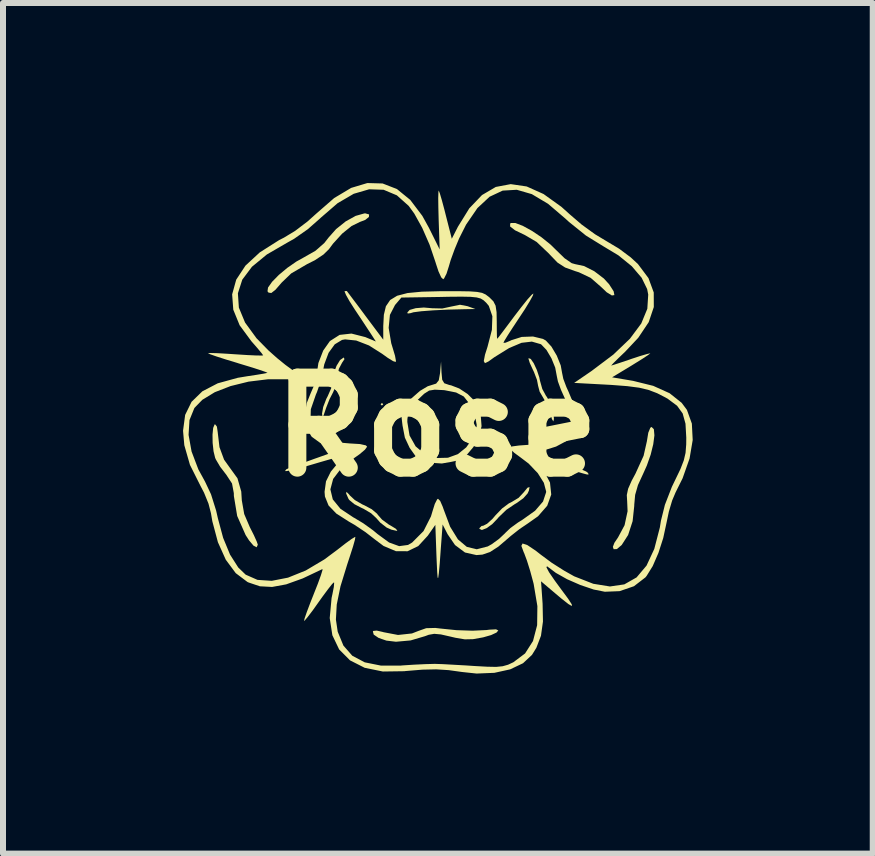
<source format=kicad_pcb>
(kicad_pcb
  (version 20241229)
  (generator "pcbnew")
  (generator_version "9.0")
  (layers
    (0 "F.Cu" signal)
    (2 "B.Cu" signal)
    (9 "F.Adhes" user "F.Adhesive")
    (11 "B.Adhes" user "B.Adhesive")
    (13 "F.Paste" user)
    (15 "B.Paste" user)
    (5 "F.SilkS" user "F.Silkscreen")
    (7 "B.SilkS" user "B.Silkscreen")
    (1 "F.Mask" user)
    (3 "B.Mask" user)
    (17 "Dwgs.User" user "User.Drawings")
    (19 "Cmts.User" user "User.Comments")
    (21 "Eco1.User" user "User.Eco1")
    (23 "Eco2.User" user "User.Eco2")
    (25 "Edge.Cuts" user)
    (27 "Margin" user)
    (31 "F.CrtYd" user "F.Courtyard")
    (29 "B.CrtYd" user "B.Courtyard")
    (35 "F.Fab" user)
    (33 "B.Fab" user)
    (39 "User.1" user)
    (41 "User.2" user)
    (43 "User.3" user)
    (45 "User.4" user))
  (footprint "Rose"
    (layer "F.Cu")
    (at 4.226 4.064)
    (property "Reference" "Rose" (at 0 0 0) (layer "F.SilkS") (effects (font (size 1.5 1.5) (thickness 0.3))))
    (attr board_only exclude_from_pos_files exclude_from_bom)
    (fp_poly (pts (xy -0.89 -0.378) (xy -0.912 -0.356) (xy -0.934 -0.378) (xy -0.912 -0.4)) (stroke (width 0) (type solid)) (fill yes) (layer "F.SilkS"))
    (fp_poly (pts (xy 0.515 -2.012) (xy 0.645 -1.965) (xy 0.467 -1.962) (xy 0.187 -1.955) (xy -0.058 -1.943) (xy -0.254 -1.928) (xy -0.386 -1.911) (xy -0.436 -1.896) (xy -0.483 -1.89) (xy -0.489 -1.907) (xy -0.45 -1.95) (xy -0.349 -1.979) (xy -0.215 -1.99) (xy -0.075 -1.978) (xy -0.074 -1.978) (xy 0.094 -1.974) (xy 0.233 -2.004) (xy 0.389 -2.036)) (stroke (width 0) (type solid)) (fill yes) (layer "F.SilkS"))
    (fp_poly (pts (xy -1.536 -1.13) (xy -1.575 -1.072) (xy -1.63 -0.968) (xy -1.654 -0.839) (xy -1.677 -0.697) (xy -1.725 -0.579) (xy -1.785 -0.463) (xy -1.842 -0.318) (xy -1.851 -0.29) (xy -1.885 -0.19) (xy -1.904 -0.171) (xy -1.91 -0.223) (xy -1.891 -0.332) (xy -1.839 -0.468) (xy -1.816 -0.512) (xy -1.758 -0.644) (xy -1.728 -0.762) (xy -1.727 -0.792) (xy -1.713 -0.9) (xy -1.669 -1.018) (xy -1.61 -1.114) (xy -1.552 -1.156) (xy -1.549 -1.157)) (stroke (width 0) (type solid)) (fill yes) (layer "F.SilkS"))
    (fp_poly (pts (xy 1.537 1.06) (xy 1.515 1.108) (xy 1.444 1.188) (xy 1.331 1.269) (xy 1.3 1.287) (xy 1.161 1.381) (xy 1.033 1.504) (xy 1.015 1.526) (xy 0.925 1.62) (xy 0.831 1.687) (xy 0.753 1.717) (xy 0.713 1.698) (xy 0.712 1.686) (xy 0.748 1.65) (xy 0.776 1.646) (xy 0.84 1.613) (xy 0.93 1.531) (xy 0.982 1.47) (xy 1.091 1.357) (xy 1.204 1.273) (xy 1.248 1.251) (xy 1.365 1.181) (xy 1.448 1.092) (xy 1.514 1.012) (xy 1.548 1.002)) (stroke (width 0) (type solid)) (fill yes) (layer "F.SilkS"))
    (fp_poly (pts (xy 1.568 -1.133) (xy 1.618 -1.06) (xy 1.669 -0.95) (xy 1.709 -0.829) (xy 1.721 -0.772) (xy 1.76 -0.633) (xy 1.822 -0.518) (xy 1.831 -0.507) (xy 1.897 -0.398) (xy 1.941 -0.26) (xy 1.943 -0.251) (xy 1.954 -0.133) (xy 1.944 -0.092) (xy 1.92 -0.132) (xy 1.896 -0.226) (xy 1.847 -0.364) (xy 1.78 -0.477) (xy 1.716 -0.587) (xy 1.69 -0.686) (xy 1.671 -0.785) (xy 1.621 -0.916) (xy 1.602 -0.955) (xy 1.552 -1.064) (xy 1.53 -1.135) (xy 1.532 -1.146)) (stroke (width 0) (type solid)) (fill yes) (layer "F.SilkS"))
    (fp_poly (pts (xy -1.462 1.121) (xy -1.447 1.141) (xy -1.364 1.218) (xy -1.24 1.29) (xy -1.204 1.306) (xy -1.082 1.371) (xy -0.993 1.446) (xy -0.979 1.466) (xy -0.91 1.544) (xy -0.798 1.626) (xy -0.766 1.644) (xy -0.681 1.696) (xy -0.655 1.727) (xy -0.667 1.731) (xy -0.756 1.711) (xy -0.834 1.676) (xy -0.94 1.594) (xy -1.005 1.52) (xy -1.092 1.439) (xy -1.218 1.364) (xy -1.251 1.349) (xy -1.371 1.287) (xy -1.456 1.217) (xy -1.469 1.199) (xy -1.508 1.11) (xy -1.504 1.081)) (stroke (width 0) (type solid)) (fill yes) (layer "F.SilkS"))
    (fp_poly (pts (xy -1.126 -3.541) (xy -1.129 -3.499) (xy -1.19 -3.45) (xy -1.279 -3.416) (xy -1.418 -3.348) (xy -1.575 -3.221) (xy -1.727 -3.054) (xy -1.796 -2.961) (xy -1.886 -2.873) (xy -2.031 -2.777) (xy -2.157 -2.714) (xy -2.424 -2.558) (xy -2.582 -2.406) (xy -2.686 -2.286) (xy -2.755 -2.232) (xy -2.801 -2.238) (xy -2.819 -2.26) (xy -2.81 -2.323) (xy -2.742 -2.419) (xy -2.63 -2.533) (xy -2.49 -2.65) (xy -2.339 -2.755) (xy -2.224 -2.819) (xy -2.019 -2.936) (xy -1.873 -3.064) (xy -1.801 -3.156) (xy -1.675 -3.298) (xy -1.516 -3.425) (xy -1.35 -3.517) (xy -1.205 -3.558) (xy -1.19 -3.559)) (stroke (width 0) (type solid)) (fill yes) (layer "F.SilkS"))
    (fp_poly (pts (xy 1.435 -3.351) (xy 1.586 -3.268) (xy 1.746 -3.161) (xy 1.896 -3.04) (xy 1.982 -2.956) (xy 2.131 -2.811) (xy 2.25 -2.729) (xy 2.306 -2.713) (xy 2.456 -2.681) (xy 2.627 -2.594) (xy 2.786 -2.473) (xy 2.873 -2.378) (xy 2.949 -2.26) (xy 2.961 -2.197) (xy 2.919 -2.191) (xy 2.833 -2.244) (xy 2.736 -2.336) (xy 2.566 -2.484) (xy 2.37 -2.577) (xy 2.306 -2.597) (xy 2.14 -2.657) (xy 2.013 -2.739) (xy 1.886 -2.871) (xy 1.873 -2.886) (xy 1.665 -3.083) (xy 1.471 -3.197) (xy 1.305 -3.277) (xy 1.224 -3.34) (xy 1.224 -3.388) (xy 1.237 -3.398) (xy 1.312 -3.398)) (stroke (width 0) (type solid)) (fill yes) (layer "F.SilkS"))
    (fp_poly (pts (xy 3.619 0.038) (xy 3.628 0.14) (xy 3.609 0.287) (xy 3.566 0.461) (xy 3.502 0.643) (xy 3.445 0.77) (xy 3.354 0.968) (xy 3.307 1.132) (xy 3.292 1.299) (xy 3.292 1.316) (xy 3.265 1.57) (xy 3.19 1.8) (xy 3.083 1.967) (xy 3.002 2.035) (xy 2.949 2.037) (xy 2.936 1.998) (xy 2.961 1.931) (xy 3.023 1.839) (xy 3.024 1.837) (xy 3.131 1.637) (xy 3.181 1.404) (xy 3.174 1.239) (xy 3.168 1.135) (xy 3.19 1.03) (xy 3.249 0.896) (xy 3.312 0.779) (xy 3.448 0.48) (xy 3.502 0.242) (xy 3.526 0.096) (xy 3.56 0.013) (xy 3.581 0)) (stroke (width 0) (type solid)) (fill yes) (layer "F.SilkS"))
    (fp_poly (pts (xy -3.662 -0.006) (xy -3.648 0.089) (xy -3.647 0.1) (xy -3.619 0.337) (xy -3.542 0.546) (xy -3.449 0.676) (xy -3.319 0.856) (xy -3.256 1.077) (xy -3.247 1.222) (xy -3.207 1.451) (xy -3.114 1.668) (xy -3.045 1.805) (xy -2.997 1.912) (xy -2.98 1.962) (xy -3 2.005) (xy -3.052 1.978) (xy -3.127 1.889) (xy -3.184 1.8) (xy -3.324 1.483) (xy -3.379 1.151) (xy -3.38 1.103) (xy -3.41 0.942) (xy -3.51 0.79) (xy -3.513 0.787) (xy -3.607 0.664) (xy -3.678 0.544) (xy -3.691 0.516) (xy -3.718 0.405) (xy -3.733 0.266) (xy -3.735 0.128) (xy -3.724 0.016) (xy -3.7 -0.042) (xy -3.692 -0.044)) (stroke (width 0) (type solid)) (fill yes) (layer "F.SilkS"))
    (fp_poly (pts (xy 0.063 3.359) (xy 0.329 3.386) (xy 0.598 3.395) (xy 0.831 3.384) (xy 0.876 3.378) (xy 0.989 3.372) (xy 1.027 3.391) (xy 0.997 3.426) (xy 0.907 3.468) (xy 0.774 3.506) (xy 0.606 3.536) (xy 0.469 3.539) (xy 0.314 3.513) (xy 0.233 3.494) (xy 0.07 3.457) (xy -0.041 3.447) (xy -0.132 3.463) (xy -0.194 3.486) (xy -0.434 3.557) (xy -0.678 3.579) (xy -0.838 3.56) (xy -0.968 3.515) (xy -1.049 3.46) (xy -1.063 3.408) (xy -1.056 3.399) (xy -0.999 3.393) (xy -0.898 3.416) (xy -0.885 3.42) (xy -0.644 3.466) (xy -0.412 3.441) (xy -0.302 3.398) (xy -0.174 3.353) (xy -0.022 3.349)) (stroke (width 0) (type solid)) (fill yes) (layer "F.SilkS"))
    (fp_poly (pts (xy 0.081 -0.906) (xy 0.092 -0.787) (xy 0.127 -0.728) (xy 0.208 -0.7) (xy 0.241 -0.693) (xy 0.376 -0.641) (xy 0.515 -0.549) (xy 0.626 -0.439) (xy 0.673 -0.36) (xy 0.703 -0.322) (xy 0.77 -0.326) (xy 0.844 -0.349) (xy 0.947 -0.379) (xy 1.007 -0.385) (xy 1.011 -0.383) (xy 0.986 -0.359) (xy 0.9 -0.323) (xy 0.869 -0.312) (xy 0.764 -0.268) (xy 0.729 -0.218) (xy 0.736 -0.17) (xy 0.748 -0.012) (xy 0.703 0.168) (xy 0.613 0.333) (xy 0.598 0.351) (xy 0.488 0.481) (xy 0.609 0.63) (xy 0.729 0.778) (xy 0.595 0.655) (xy 0.509 0.583) (xy 0.437 0.554) (xy 0.341 0.561) (xy 0.241 0.582) (xy 0.086 0.609) (xy -0.033 0.601) (xy -0.145 0.563) (xy -0.311 0.494) (xy -0.423 0.658) (xy -0.488 0.747) (xy -0.528 0.788) (xy -0.534 0.785) (xy -0.51 0.727) (xy -0.452 0.633) (xy -0.442 0.619) (xy -0.35 0.489) (xy -0.45 0.349) (xy -0.53 0.178) (xy -0.569 -0.024) (xy -0.576 -0.083) (xy -0.489 -0.083) (xy -0.452 0.142) (xy -0.351 0.323) (xy -0.2 0.452) (xy -0.016 0.518) (xy 0.188 0.513) (xy 0.353 0.453) (xy 0.493 0.34) (xy 0.603 0.184) (xy 0.663 0.019) (xy 0.667 -0.034) (xy 0.636 -0.199) (xy 0.557 -0.372) (xy 0.451 -0.508) (xy 0.45 -0.508) (xy 0.324 -0.574) (xy 0.133 -0.612) (xy 0.111 -0.614) (xy -0.032 -0.621) (xy -0.126 -0.606) (xy -0.209 -0.553) (xy -0.311 -0.456) (xy -0.417 -0.339) (xy -0.471 -0.242) (xy -0.488 -0.13) (xy -0.489 -0.083) (xy -0.576 -0.083) (xy -0.585 -0.163) (xy -0.615 -0.24) (xy -0.673 -0.284) (xy -0.728 -0.305) (xy -0.867 -0.353) (xy -0.724 -0.329) (xy -0.631 -0.324) (xy -0.553 -0.354) (xy -0.459 -0.434) (xy -0.409 -0.486) (xy -0.278 -0.601) (xy -0.149 -0.678) (xy -0.098 -0.694) (xy -0.009 -0.722) (xy 0.035 -0.777) (xy 0.055 -0.889) (xy 0.057 -0.906) (xy 0.073 -1.09)) (stroke (width 0) (type solid)) (fill yes) (layer "F.SilkS"))
    (fp_poly (pts (xy -1.466 -2.224) (xy -1.393 -2.127) (xy -1.289 -1.989) (xy -1.186 -1.85) (xy -0.89 -1.454) (xy -0.89 -1.681) (xy -0.88 -1.869) (xy -0.846 -2.011) (xy -0.775 -2.115) (xy -0.659 -2.186) (xy -0.486 -2.231) (xy -0.247 -2.254) (xy 0.069 -2.262) (xy 0.122 -2.262) (xy 0.373 -2.262) (xy 0.552 -2.259) (xy 0.674 -2.25) (xy 0.757 -2.234) (xy 0.816 -2.207) (xy 0.868 -2.168) (xy 0.879 -2.159) (xy 0.945 -2.093) (xy 0.982 -2.02) (xy 0.998 -1.912) (xy 1.001 -1.761) (xy 1.002 -1.613) (xy 1.004 -1.507) (xy 1.008 -1.468) (xy 1.036 -1.501) (xy 1.105 -1.592) (xy 1.204 -1.724) (xy 1.295 -1.846) (xy 1.414 -2.001) (xy 1.514 -2.126) (xy 1.585 -2.204) (xy 1.612 -2.224) (xy 1.603 -2.19) (xy 1.553 -2.098) (xy 1.47 -1.962) (xy 1.38 -1.826) (xy 1.271 -1.661) (xy 1.183 -1.525) (xy 1.127 -1.433) (xy 1.112 -1.402) (xy 1.146 -1.403) (xy 1.23 -1.438) (xy 1.243 -1.445) (xy 1.417 -1.5) (xy 1.605 -1.507) (xy 1.771 -1.467) (xy 1.819 -1.44) (xy 1.912 -1.339) (xy 2.001 -1.189) (xy 2.067 -1.026) (xy 2.09 -0.899) (xy 2.11 -0.802) (xy 2.161 -0.666) (xy 2.198 -0.585) (xy 2.309 -0.318) (xy 2.345 -0.097) (xy 2.305 0.082) (xy 2.186 0.222) (xy 1.989 0.327) (xy 1.841 0.373) (xy 1.633 0.426) (xy 2.063 0.574) (xy 2.245 0.64) (xy 2.394 0.699) (xy 2.491 0.743) (xy 2.516 0.761) (xy 2.53 0.783) (xy 2.528 0.794) (xy 2.496 0.79) (xy 2.422 0.77) (xy 2.291 0.73) (xy 2.091 0.667) (xy 1.911 0.611) (xy 1.767 0.567) (xy 1.677 0.54) (xy 1.657 0.534) (xy 1.674 0.566) (xy 1.729 0.649) (xy 1.779 0.718) (xy 1.888 0.926) (xy 1.909 1.125) (xy 1.842 1.313) (xy 1.689 1.488) (xy 1.522 1.606) (xy 1.38 1.702) (xy 1.233 1.818) (xy 1.201 1.846) (xy 1.028 1.994) (xy 0.889 2.084) (xy 0.763 2.127) (xy 0.663 2.135) (xy 0.472 2.092) (xy 0.306 1.968) (xy 0.182 1.787) (xy 0.099 1.625) (xy 0.069 2.025) (xy 0.051 2.275) (xy 0.036 2.438) (xy 0.025 2.516) (xy 0.016 2.511) (xy 0.009 2.424) (xy 0.001 2.257) (xy -0.004 2.139) (xy -0.022 1.631) (xy -0.148 1.812) (xy -0.307 1.985) (xy -0.485 2.071) (xy -0.679 2.07) (xy -0.885 1.983) (xy -1.029 1.875) (xy -1.186 1.753) (xy -1.369 1.631) (xy -1.461 1.578) (xy -1.671 1.444) (xy -1.802 1.308) (xy -1.862 1.159) (xy -1.868 1.081) (xy -1.844 0.906) (xy -1.764 0.745) (xy -1.654 0.612) (xy -1.592 0.534) (xy -1.576 0.492) (xy -1.582 0.49) (xy -1.64 0.502) (xy -1.763 0.535) (xy -1.93 0.583) (xy -2.065 0.623) (xy -2.249 0.677) (xy -2.4 0.715) (xy -2.499 0.735) (xy -2.527 0.735) (xy -2.507 0.707) (xy -2.442 0.676) (xy -2.35 0.643) (xy -2.203 0.591) (xy -2.029 0.528) (xy -1.986 0.513) (xy -1.636 0.388) (xy -1.804 0.33) (xy -1.949 0.26) (xy -2.077 0.167) (xy -2.087 0.157) (xy -2.174 0.011) (xy -2.188 -0.091) (xy -2.103 -0.091) (xy -2.033 0.071) (xy -1.887 0.187) (xy -1.666 0.256) (xy -1.445 0.275) (xy -1.278 0.285) (xy -1.18 0.307) (xy -1.159 0.329) (xy -1.195 0.379) (xy -1.285 0.455) (xy -1.37 0.515) (xy -1.591 0.69) (xy -1.725 0.866) (xy -1.771 1.04) (xy -1.731 1.207) (xy -1.603 1.364) (xy -1.388 1.507) (xy -1.373 1.515) (xy -1.223 1.605) (xy -1.059 1.723) (xy -0.987 1.783) (xy -0.793 1.925) (xy -0.625 1.986) (xy -0.477 1.966) (xy -0.409 1.926) (xy -0.219 1.735) (xy -0.095 1.49) (xy -0.069 1.403) (xy -0.031 1.282) (xy 0.007 1.208) (xy 0.022 1.196) (xy 0.059 1.234) (xy 0.101 1.33) (xy 0.113 1.365) (xy 0.224 1.662) (xy 0.354 1.873) (xy 0.502 1.998) (xy 0.668 2.038) (xy 0.851 1.991) (xy 0.917 1.954) (xy 1.038 1.866) (xy 1.136 1.774) (xy 1.145 1.764) (xy 1.229 1.684) (xy 1.356 1.592) (xy 1.431 1.545) (xy 1.639 1.397) (xy 1.772 1.243) (xy 1.823 1.09) (xy 1.824 1.075) (xy 1.786 0.931) (xy 1.684 0.769) (xy 1.532 0.61) (xy 1.403 0.512) (xy 1.294 0.432) (xy 1.226 0.368) (xy 1.214 0.343) (xy 1.26 0.324) (xy 1.373 0.309) (xy 1.529 0.298) (xy 1.558 0.297) (xy 1.841 0.268) (xy 2.048 0.198) (xy 2.183 0.084) (xy 2.24 -0.035) (xy 2.256 -0.126) (xy 2.243 -0.222) (xy 2.195 -0.349) (xy 2.142 -0.461) (xy 2.071 -0.619) (xy 2.02 -0.759) (xy 2.001 -0.851) (xy 1.975 -0.989) (xy 1.912 -1.144) (xy 1.829 -1.284) (xy 1.743 -1.374) (xy 1.732 -1.38) (xy 1.586 -1.422) (xy 1.414 -1.402) (xy 1.208 -1.315) (xy 0.96 -1.161) (xy 0.863 -1.091) (xy 0.804 -1.063) (xy 0.785 -1.098) (xy 0.805 -1.203) (xy 0.847 -1.335) (xy 0.92 -1.617) (xy 0.928 -1.845) (xy 0.869 -2.017) (xy 0.826 -2.069) (xy 0.781 -2.111) (xy 0.733 -2.14) (xy 0.666 -2.158) (xy 0.565 -2.168) (xy 0.414 -2.171) (xy 0.197 -2.169) (xy 0.065 -2.166) (xy -0.588 -2.156) (xy -0.694 -2.032) (xy -0.779 -1.867) (xy -0.8 -1.651) (xy -0.757 -1.395) (xy -0.731 -1.31) (xy -0.694 -1.186) (xy -0.679 -1.102) (xy -0.682 -1.083) (xy -0.725 -1.096) (xy -0.816 -1.152) (xy -0.909 -1.219) (xy -1.128 -1.358) (xy -1.34 -1.44) (xy -1.526 -1.459) (xy -1.577 -1.45) (xy -1.698 -1.377) (xy -1.801 -1.235) (xy -1.873 -1.043) (xy -1.894 -0.936) (xy -1.932 -0.762) (xy -1.994 -0.582) (xy -2.012 -0.541) (xy -2.097 -0.295) (xy -2.103 -0.091) (xy -2.188 -0.091) (xy -2.201 -0.181) (xy -2.166 -0.396) (xy -2.098 -0.565) (xy -2.039 -0.701) (xy -2.005 -0.82) (xy -2.002 -0.855) (xy -1.971 -1.065) (xy -1.891 -1.272) (xy -1.779 -1.431) (xy -1.617 -1.534) (xy -1.42 -1.556) (xy -1.188 -1.497) (xy -1.172 -1.49) (xy -1.013 -1.424) (xy -1.092 -1.546) (xy -1.156 -1.643) (xy -1.25 -1.786) (xy -1.355 -1.943) (xy -1.363 -1.955) (xy -1.451 -2.093) (xy -1.511 -2.2) (xy -1.535 -2.258) (xy -1.533 -2.263) (xy -1.497 -2.265)) (stroke (width 0) (type solid)) (fill yes) (layer "F.SilkS"))
    (fp_poly (pts (xy -0.901 -4.057) (xy -0.662 -3.964) (xy -0.441 -3.784) (xy -0.239 -3.517) (xy -0.129 -3.318) (xy 0.05 -2.958) (xy 0.033 -3.458) (xy 0.028 -3.655) (xy 0.026 -3.812) (xy 0.029 -3.912) (xy 0.034 -3.94) (xy 0.053 -3.891) (xy 0.087 -3.776) (xy 0.13 -3.616) (xy 0.152 -3.528) (xy 0.252 -3.136) (xy 0.354 -3.336) (xy 0.544 -3.643) (xy 0.755 -3.864) (xy 0.985 -3.999) (xy 1.234 -4.046) (xy 1.5 -4.007) (xy 1.781 -3.881) (xy 2.078 -3.668) (xy 2.217 -3.543) (xy 2.415 -3.373) (xy 2.638 -3.211) (xy 2.834 -3.093) (xy 3.04 -2.97) (xy 3.234 -2.825) (xy 3.354 -2.714) (xy 3.529 -2.48) (xy 3.617 -2.241) (xy 3.618 -1.998) (xy 3.533 -1.746) (xy 3.359 -1.486) (xy 3.143 -1.256) (xy 3.028 -1.146) (xy 2.945 -1.064) (xy 2.909 -1.025) (xy 2.909 -1.023) (xy 2.953 -1.036) (xy 3.06 -1.071) (xy 3.209 -1.121) (xy 3.239 -1.132) (xy 3.391 -1.182) (xy 3.504 -1.215) (xy 3.557 -1.227) (xy 3.559 -1.226) (xy 3.523 -1.198) (xy 3.429 -1.136) (xy 3.294 -1.052) (xy 3.241 -1.019) (xy 2.923 -0.827) (xy 3.273 -0.768) (xy 3.608 -0.685) (xy 3.881 -0.562) (xy 4.082 -0.402) (xy 4.17 -0.284) (xy 4.252 -0.056) (xy 4.266 0.218) (xy 4.214 0.525) (xy 4.098 0.855) (xy 3.981 1.09) (xy 3.924 1.225) (xy 3.869 1.41) (xy 3.829 1.601) (xy 3.775 1.851) (xy 3.695 2.099) (xy 3.6 2.318) (xy 3.499 2.481) (xy 3.479 2.506) (xy 3.287 2.654) (xy 3.048 2.736) (xy 2.802 2.746) (xy 2.616 2.709) (xy 2.395 2.634) (xy 2.173 2.537) (xy 1.985 2.431) (xy 1.902 2.368) (xy 1.838 2.321) (xy 1.829 2.339) (xy 1.872 2.42) (xy 1.967 2.559) (xy 2.074 2.705) (xy 2.191 2.863) (xy 2.251 2.956) (xy 2.253 2.985) (xy 2.195 2.951) (xy 2.073 2.855) (xy 1.97 2.768) (xy 1.739 2.572) (xy 1.765 2.946) (xy 1.771 3.242) (xy 1.738 3.479) (xy 1.661 3.68) (xy 1.588 3.798) (xy 1.439 3.937) (xy 1.225 4.039) (xy 0.961 4.097) (xy 0.665 4.109) (xy 0.423 4.083) (xy 0.2 4.052) (xy -0.009 4.039) (xy -0.237 4.044) (xy -0.517 4.067) (xy -0.539 4.07) (xy -0.897 4.075) (xy -1.2 4.013) (xy -1.444 3.889) (xy -1.625 3.707) (xy -1.738 3.471) (xy -1.782 3.184) (xy -1.751 2.85) (xy -1.736 2.781) (xy -1.714 2.668) (xy -1.708 2.598) (xy -1.711 2.589) (xy -1.741 2.616) (xy -1.809 2.702) (xy -1.904 2.83) (xy -1.961 2.91) (xy -2.064 3.055) (xy -2.148 3.165) (xy -2.199 3.226) (xy -2.21 3.232) (xy -2.2 3.188) (xy -2.162 3.079) (xy -2.103 2.923) (xy -2.048 2.784) (xy -1.979 2.609) (xy -1.929 2.471) (xy -1.903 2.386) (xy -1.903 2.368) (xy -2.232 2.524) (xy -2.508 2.623) (xy -2.742 2.666) (xy -2.946 2.655) (xy -3.133 2.592) (xy -3.153 2.583) (xy -3.348 2.436) (xy -3.514 2.212) (xy -3.645 1.921) (xy -3.738 1.572) (xy -3.761 1.437) (xy -3.802 1.278) (xy -3.876 1.096) (xy -3.937 0.979) (xy -4.111 0.632) (xy -4.205 0.304) (xy -4.22 0.132) (xy -4.134 0.132) (xy -4.084 0.409) (xy -3.971 0.707) (xy -3.86 0.91) (xy -3.76 1.122) (xy -3.675 1.393) (xy -3.646 1.52) (xy -3.558 1.848) (xy -3.443 2.127) (xy -3.306 2.342) (xy -3.183 2.461) (xy -2.986 2.548) (xy -2.748 2.564) (xy -2.477 2.511) (xy -2.182 2.392) (xy -1.872 2.208) (xy -1.653 2.045) (xy -1.521 1.942) (xy -1.418 1.867) (xy -1.361 1.833) (xy -1.355 1.833) (xy -1.362 1.879) (xy -1.393 1.99) (xy -1.444 2.149) (xy -1.491 2.292) (xy -1.603 2.656) (xy -1.665 2.959) (xy -1.679 3.209) (xy -1.649 3.412) (xy -1.554 3.643) (xy -1.406 3.812) (xy -1.199 3.922) (xy -0.931 3.976) (xy -0.594 3.976) (xy -0.578 3.974) (xy -0.378 3.961) (xy -0.188 3.952) (xy -0.044 3.948) (xy -0.022 3.948) (xy 0.099 3.952) (xy 0.279 3.962) (xy 0.491 3.974) (xy 0.625 3.983) (xy 0.841 3.995) (xy 0.992 3.998) (xy 1.1 3.987) (xy 1.189 3.962) (xy 1.277 3.921) (xy 1.473 3.774) (xy 1.605 3.567) (xy 1.674 3.303) (xy 1.678 2.985) (xy 1.616 2.616) (xy 1.608 2.584) (xy 1.557 2.396) (xy 1.504 2.227) (xy 1.459 2.106) (xy 1.45 2.087) (xy 1.411 1.981) (xy 1.431 1.942) (xy 1.51 1.968) (xy 1.648 2.06) (xy 1.736 2.129) (xy 1.917 2.263) (xy 2.123 2.394) (xy 2.292 2.489) (xy 2.609 2.613) (xy 2.887 2.658) (xy 3.127 2.623) (xy 3.331 2.507) (xy 3.497 2.31) (xy 3.626 2.032) (xy 3.719 1.674) (xy 3.737 1.562) (xy 3.803 1.297) (xy 3.919 0.998) (xy 3.971 0.89) (xy 4.062 0.701) (xy 4.117 0.559) (xy 4.147 0.432) (xy 4.158 0.29) (xy 4.159 0.178) (xy 4.146 -0.054) (xy 4.099 -0.224) (xy 4.006 -0.353) (xy 3.856 -0.465) (xy 3.814 -0.49) (xy 3.672 -0.563) (xy 3.532 -0.616) (xy 3.374 -0.654) (xy 3.176 -0.68) (xy 2.916 -0.7) (xy 2.825 -0.705) (xy 2.291 -0.734) (xy 2.58 -0.932) (xy 2.944 -1.206) (xy 3.22 -1.47) (xy 3.409 -1.724) (xy 3.51 -1.969) (xy 3.525 -2.205) (xy 3.507 -2.298) (xy 3.415 -2.486) (xy 3.251 -2.678) (xy 3.027 -2.86) (xy 2.776 -3.011) (xy 2.487 -3.189) (xy 2.205 -3.416) (xy 2.145 -3.471) (xy 1.856 -3.718) (xy 1.586 -3.879) (xy 1.335 -3.952) (xy 1.1 -3.938) (xy 0.882 -3.836) (xy 0.679 -3.647) (xy 0.49 -3.371) (xy 0.374 -3.141) (xy 0.3 -2.963) (xy 0.234 -2.782) (xy 0.203 -2.676) (xy 0.164 -2.554) (xy 0.124 -2.475) (xy 0.109 -2.461) (xy 0.076 -2.492) (xy 0.031 -2.59) (xy -0.016 -2.732) (xy -0.017 -2.737) (xy -0.118 -3.036) (xy -0.241 -3.317) (xy -0.373 -3.555) (xy -0.466 -3.683) (xy -0.663 -3.859) (xy -0.884 -3.952) (xy -1.125 -3.96) (xy -1.382 -3.885) (xy -1.651 -3.728) (xy -1.93 -3.487) (xy -1.939 -3.478) (xy -2.147 -3.295) (xy -2.374 -3.136) (xy -2.491 -3.07) (xy -2.829 -2.874) (xy -3.078 -2.669) (xy -3.239 -2.454) (xy -3.312 -2.227) (xy -3.296 -1.989) (xy -3.193 -1.74) (xy -3.002 -1.478) (xy -2.805 -1.277) (xy -2.66 -1.148) (xy -2.521 -1.035) (xy -2.416 -0.958) (xy -2.403 -0.95) (xy -2.297 -0.873) (xy -2.276 -0.821) (xy -2.34 -0.794) (xy -2.488 -0.794) (xy -2.491 -0.794) (xy -2.814 -0.794) (xy -3.134 -0.755) (xy -3.434 -0.681) (xy -3.697 -0.579) (xy -3.905 -0.452) (xy -4.037 -0.316) (xy -4.119 -0.114) (xy -4.134 0.132) (xy -4.22 0.132) (xy -4.226 0.063) (xy -4.191 -0.201) (xy -4.084 -0.419) (xy -3.904 -0.594) (xy -3.648 -0.727) (xy -3.314 -0.819) (xy -3.156 -0.845) (xy -2.998 -0.869) (xy -2.878 -0.889) (xy -2.821 -0.901) (xy -2.819 -0.902) (xy -2.855 -0.918) (xy -2.96 -0.954) (xy -3.118 -1.004) (xy -3.313 -1.063) (xy -3.317 -1.065) (xy -3.512 -1.124) (xy -3.671 -1.175) (xy -3.776 -1.212) (xy -3.812 -1.23) (xy -3.812 -1.23) (xy -3.764 -1.232) (xy -3.648 -1.229) (xy -3.481 -1.219) (xy -3.345 -1.21) (xy -3.156 -1.198) (xy -3.006 -1.191) (xy -2.913 -1.19) (xy -2.891 -1.193) (xy -2.919 -1.232) (xy -2.991 -1.318) (xy -3.088 -1.429) (xy -3.283 -1.694) (xy -3.389 -1.954) (xy -3.408 -2.209) (xy -3.34 -2.454) (xy -3.186 -2.688) (xy -2.947 -2.909) (xy -2.624 -3.114) (xy -2.545 -3.154) (xy -2.357 -3.268) (xy -2.154 -3.422) (xy -2.002 -3.558) (xy -1.708 -3.814) (xy -1.425 -3.983) (xy -1.155 -4.064)) (stroke (width 0) (type solid)) (fill yes) (layer "F.SilkS")))
  (gr_rect
    (start -3 -3)
    (end 11.492 11.173)
    (stroke (width 0.1) (type default))
    (fill no)
    (layer "Edge.Cuts")))
</source>
